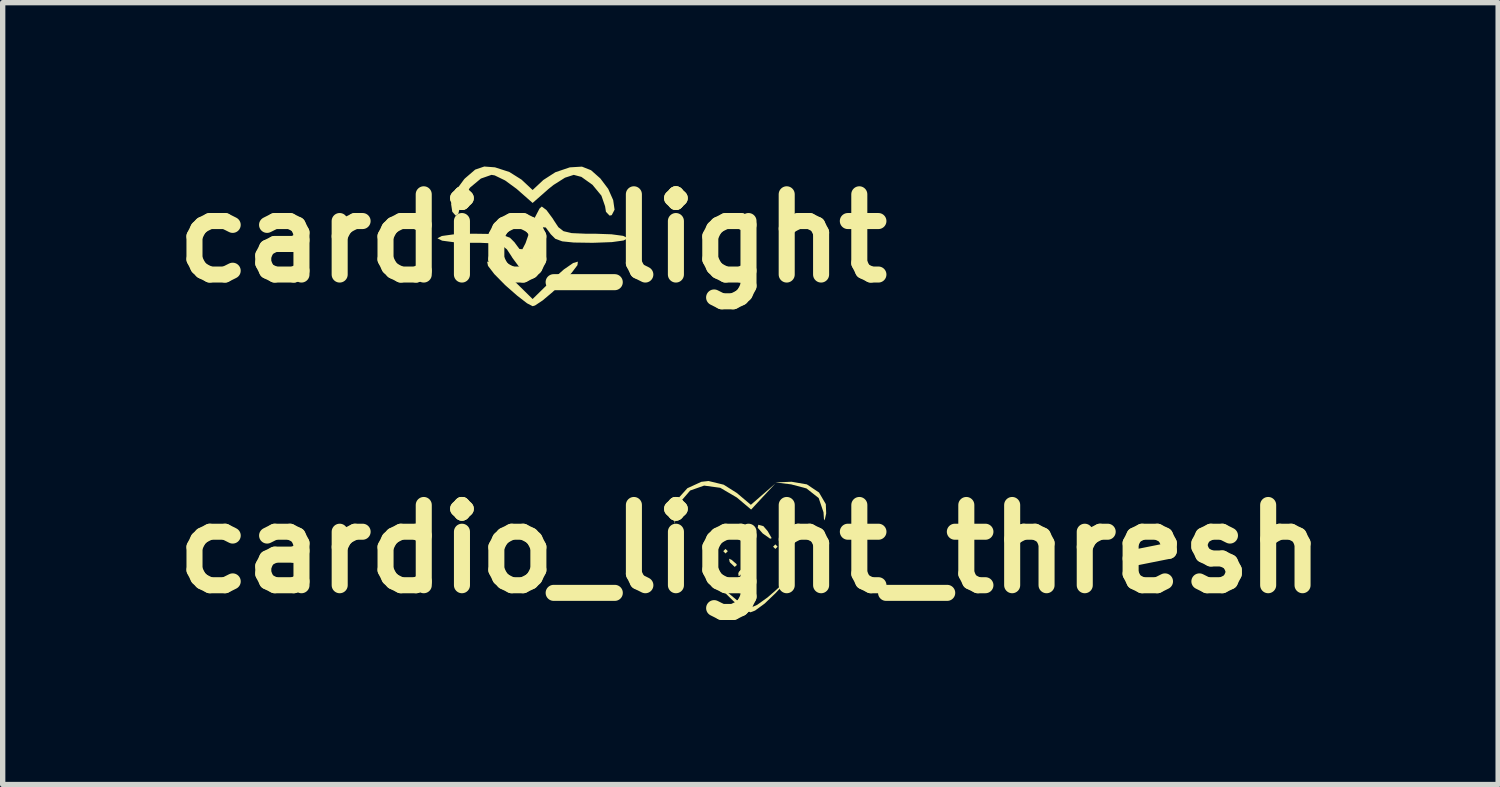
<source format=kicad_pcb>
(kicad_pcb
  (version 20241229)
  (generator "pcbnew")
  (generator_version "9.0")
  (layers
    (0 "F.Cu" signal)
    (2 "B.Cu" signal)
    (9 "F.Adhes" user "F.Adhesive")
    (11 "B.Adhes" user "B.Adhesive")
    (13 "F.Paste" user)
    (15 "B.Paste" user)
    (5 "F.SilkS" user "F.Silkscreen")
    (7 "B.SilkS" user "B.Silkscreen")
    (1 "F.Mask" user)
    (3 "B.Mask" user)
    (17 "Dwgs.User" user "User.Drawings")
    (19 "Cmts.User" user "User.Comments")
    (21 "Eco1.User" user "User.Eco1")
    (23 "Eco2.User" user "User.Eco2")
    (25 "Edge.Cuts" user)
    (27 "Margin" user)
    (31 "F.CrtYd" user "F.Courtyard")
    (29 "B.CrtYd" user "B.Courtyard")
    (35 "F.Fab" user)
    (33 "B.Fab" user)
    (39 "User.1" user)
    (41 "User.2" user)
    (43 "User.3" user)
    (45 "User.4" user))
  (footprint "cardio_light_thresh"
    (layer "F.Cu")
    (at 10.979 7.212)
    (property "Reference" "cardio_light_thresh" (at 0 0 0) (layer "F.SilkS") (effects (font (size 1.5 1.5) (thickness 0.3))))
    (attr board_only exclude_from_pos_files exclude_from_bom)
    (fp_poly (pts (xy -0.423 0.042) (xy -0.466 0.085) (xy -0.508 0.042) (xy -0.466 0)) (stroke (width 0) (type solid)) (fill yes) (layer "F.SilkS"))
    (fp_poly (pts (xy 0 0.127) (xy -0.042 0.169) (xy -0.085 0.127) (xy -0.042 0.085)) (stroke (width 0) (type solid)) (fill yes) (layer "F.SilkS"))
    (fp_poly (pts (xy 0.085 -0.127) (xy 0.042 -0.085) (xy 0 -0.127) (xy 0.042 -0.169)) (stroke (width 0) (type solid)) (fill yes) (layer "F.SilkS"))
    (fp_poly (pts (xy 0.508 -0.042) (xy 0.466 0) (xy 0.423 -0.042) (xy 0.466 -0.085)) (stroke (width 0) (type solid)) (fill yes) (layer "F.SilkS"))
    (fp_poly (pts (xy -0.352 0.204) (xy -0.262 0.282) (xy -0.254 0.301) (xy -0.294 0.336) (xy -0.378 0.258) (xy -0.389 0.241) (xy -0.399 0.183)) (stroke (width 0) (type solid)) (fill yes) (layer "F.SilkS"))
    (fp_poly (pts (xy 0.242 -0.426) (xy 0.322 -0.333) (xy 0.397 -0.202) (xy 0.369 -0.191) (xy 0.228 -0.291) (xy 0.136 -0.396) (xy 0.147 -0.452)) (stroke (width 0) (type solid)) (fill yes) (layer "F.SilkS"))
    (fp_poly (pts (xy -0.111 0.393) (xy -0.127 0.423) (xy -0.207 0.504) (xy -0.222 0.508) (xy -0.227 0.453) (xy -0.212 0.423) (xy -0.132 0.342) (xy -0.117 0.339)) (stroke (width 0) (type solid)) (fill yes) (layer "F.SilkS"))
    (fp_poly (pts (xy 1.055 -1.207) (xy 1.282 -1.055) (xy 1.409 -0.838) (xy 1.416 -0.664) (xy 1.387 -0.533) (xy 1.374 -0.561) (xy 1.366 -0.685) (xy 1.276 -0.951) (xy 1.048 -1.131) (xy 0.762 -1.207) (xy 0.466 -1.243) (xy 0.768 -1.256)) (stroke (width 0) (type solid)) (fill yes) (layer "F.SilkS"))
    (fp_poly (pts (xy 0.47 0.826) (xy 0.265 1.022) (xy 0.087 1.152) (xy 0 1.185) (xy -0.128 1.127) (xy -0.317 0.976) (xy -0.47 0.826) (xy -0.804 0.466) (xy -0.462 0.783) (xy -0.251 0.96) (xy -0.074 1.075) (xy 0 1.101) (xy 0.125 1.046) (xy 0.319 0.907) (xy 0.462 0.783) (xy 0.804 0.466)) (stroke (width 0) (type solid)) (fill yes) (layer "F.SilkS"))
    (fp_poly (pts (xy -0.5 -1.201) (xy -0.256 -1.047) (xy 0.008 -0.825) (xy 0.237 -1.024) (xy 0.466 -1.223) (xy 0.239 -0.98) (xy 0.013 -0.736) (xy -0.254 -0.961) (xy -0.564 -1.143) (xy -0.866 -1.184) (xy -1.127 -1.092) (xy -1.313 -0.876) (xy -1.378 -0.677) (xy -1.416 -0.466) (xy -1.428 -0.684) (xy -1.364 -0.93) (xy -1.179 -1.135) (xy -0.917 -1.255) (xy -0.784 -1.27)) (stroke (width 0) (type solid)) (fill yes) (layer "F.SilkS")))
  (footprint "cardio_light"
    (layer "F.Cu")
    (at 6.907 1.404)
    (property "Reference" "cardio_light" (at 0 0 0) (layer "F.SilkS") (effects (font (size 1.5 1.5) (thickness 0.3))))
    (attr board_only exclude_from_pos_files exclude_from_bom)
    (fp_poly (pts (xy 0.838 0.503) (xy 0.733 0.642) (xy 0.567 0.821) (xy 0.374 1.005) (xy 0.188 1.162) (xy 0.045 1.257) (xy 0 1.27) (xy -0.104 1.216) (xy -0.289 1.073) (xy -0.516 0.874) (xy -0.519 0.87) (xy -0.716 0.67) (xy -0.834 0.516) (xy -0.85 0.439) (xy -0.846 0.437) (xy -0.737 0.475) (xy -0.555 0.606) (xy -0.373 0.77) (xy 0 1.136) (xy 0.373 0.77) (xy 0.584 0.583) (xy 0.758 0.463) (xy 0.846 0.437)) (stroke (width 0) (type solid)) (fill yes) (layer "F.SilkS"))
    (fp_poly (pts (xy -0.704 -1.326) (xy -0.435 -1.239) (xy -0.206 -1.095) (xy -0.2 -1.089) (xy -0.000001 -0.902) (xy 0.2 -1.089) (xy 0.425 -1.234) (xy 0.694 -1.325) (xy 0.704 -1.326) (xy 0.922 -1.339) (xy 1.092 -1.272) (xy 1.266 -1.118) (xy 1.413 -0.923) (xy 1.506 -0.713) (xy 1.532 -0.534) (xy 1.479 -0.432) (xy 1.439 -0.423) (xy 1.371 -0.494) (xy 1.355 -0.597) (xy 1.286 -0.796) (xy 1.119 -0.999) (xy 0.912 -1.147) (xy 0.769 -1.185) (xy 0.605 -1.132) (xy 0.39 -0.996) (xy 0.299 -0.923) (xy 0 -0.66) (xy -0.299 -0.923) (xy -0.515 -1.081) (xy -0.709 -1.175) (xy -0.769 -1.185) (xy -0.967 -1.116) (xy -1.169 -0.948) (xy -1.316 -0.741) (xy -1.355 -0.597) (xy -1.389 -0.457) (xy -1.439 -0.423) (xy -1.502 -0.496) (xy -1.524 -0.642) (xy -1.457 -0.862) (xy -1.281 -1.102) (xy -1.266 -1.118) (xy -1.074 -1.283) (xy -0.904 -1.341)) (stroke (width 0) (type solid)) (fill yes) (layer "F.SilkS"))
    (fp_poly (pts (xy 0.259 -0.527) (xy 0.378 -0.366) (xy 0.394 -0.339) (xy 0.481 -0.207) (xy 0.578 -0.132) (xy 0.731 -0.096) (xy 0.986 -0.085) (xy 1.161 -0.085) (xy 1.474 -0.074) (xy 1.692 -0.045) (xy 1.778 -0.002) (xy 1.778 0) (xy 1.699 0.042) (xy 1.483 0.072) (xy 1.164 0.084) (xy 1.111 0.085) (xy 0.769 0.08) (xy 0.554 0.058) (xy 0.424 0.01) (xy 0.339 -0.075) (xy 0.319 -0.103) (xy 0.246 -0.201) (xy 0.191 -0.205) (xy 0.132 -0.091) (xy 0.048 0.151) (xy -0.045 0.394) (xy -0.129 0.555) (xy -0.171 0.593) (xy -0.259 0.527) (xy -0.378 0.366) (xy -0.394 0.339) (xy -0.481 0.207) (xy -0.578 0.132) (xy -0.731 0.096) (xy -0.986 0.085) (xy -1.161 0.085) (xy -1.474 0.074) (xy -1.692 0.045) (xy -1.778 0.002) (xy -1.778 0) (xy -1.699 -0.042) (xy -1.483 -0.072) (xy -1.164 -0.084) (xy -1.111 -0.085) (xy -0.769 -0.08) (xy -0.554 -0.058) (xy -0.424 -0.01) (xy -0.339 0.075) (xy -0.319 0.103) (xy -0.246 0.201) (xy -0.191 0.205) (xy -0.132 0.091) (xy -0.048 -0.151) (xy 0.045 -0.394) (xy 0.129 -0.555) (xy 0.171 -0.593)) (stroke (width 0) (type solid)) (fill yes) (layer "F.SilkS")))
  (gr_rect
    (start -3 -3)
    (end 24.957 11.616)
    (stroke (width 0.1) (type default))
    (fill no)
    (layer "Edge.Cuts")))
</source>
